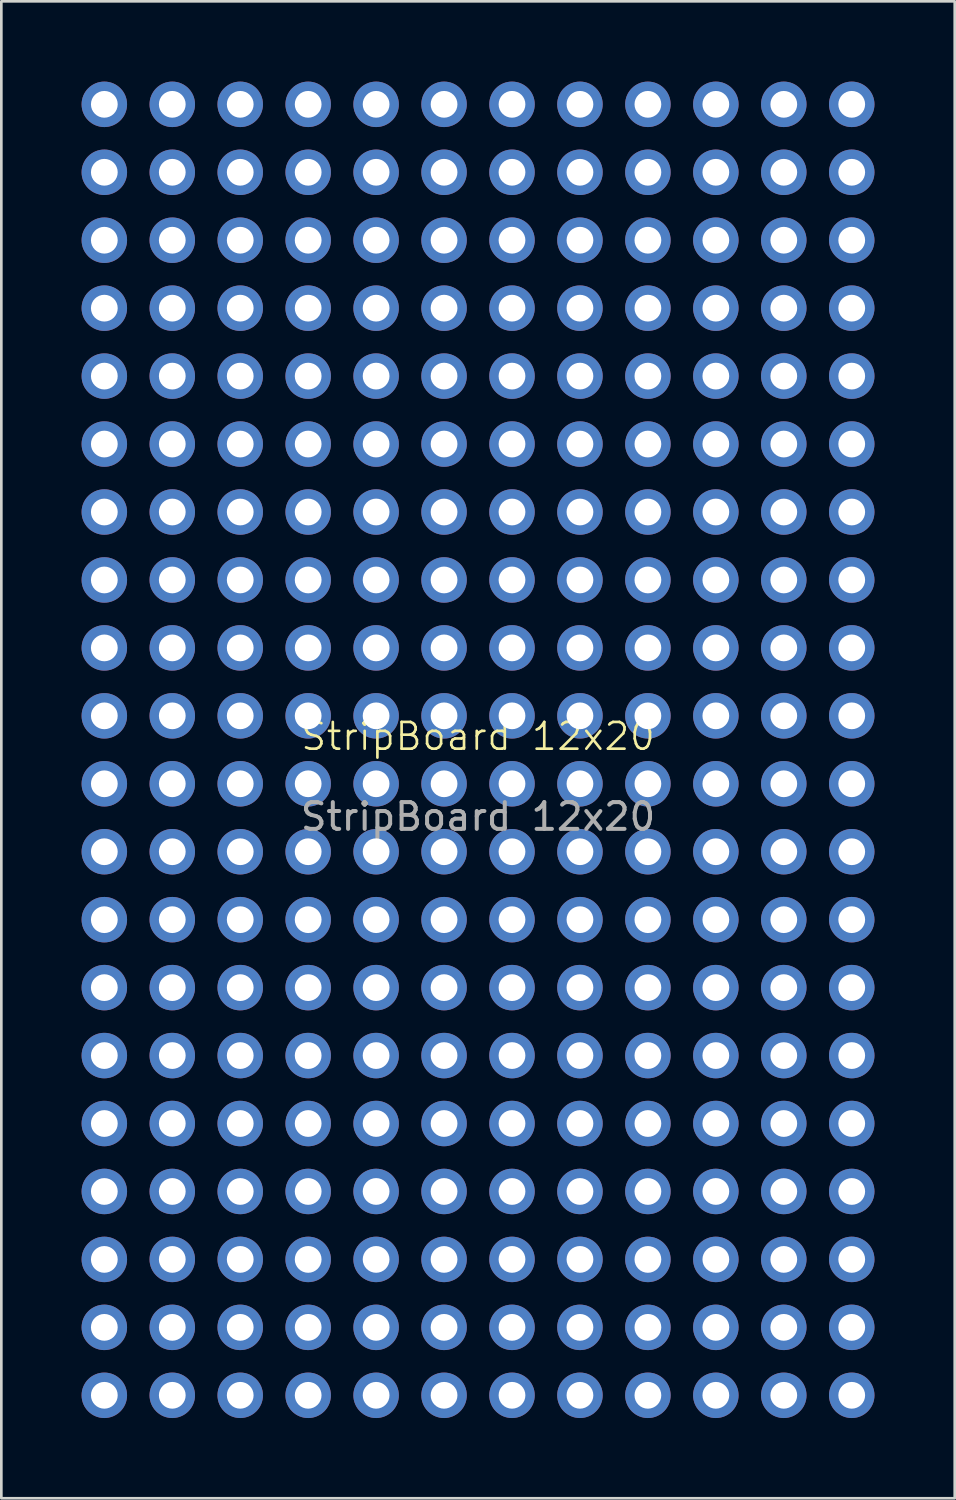
<source format=kicad_pcb>
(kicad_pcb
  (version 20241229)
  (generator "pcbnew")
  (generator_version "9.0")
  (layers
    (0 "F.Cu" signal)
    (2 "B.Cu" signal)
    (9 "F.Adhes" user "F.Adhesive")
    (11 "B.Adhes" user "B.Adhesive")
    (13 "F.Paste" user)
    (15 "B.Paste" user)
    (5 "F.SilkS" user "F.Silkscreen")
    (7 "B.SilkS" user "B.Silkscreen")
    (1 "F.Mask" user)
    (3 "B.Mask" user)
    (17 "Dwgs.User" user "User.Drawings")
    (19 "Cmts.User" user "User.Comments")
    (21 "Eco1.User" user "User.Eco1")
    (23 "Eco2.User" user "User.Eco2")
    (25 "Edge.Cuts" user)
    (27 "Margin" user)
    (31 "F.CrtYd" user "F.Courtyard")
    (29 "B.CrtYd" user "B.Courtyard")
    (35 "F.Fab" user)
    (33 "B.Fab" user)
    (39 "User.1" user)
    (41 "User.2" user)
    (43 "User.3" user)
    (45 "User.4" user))
  (footprint "StripBoard 12x20"
    (layer "F.Cu")
    (at 14.82 24.98)
    (property "Reference" "StripBoard 12x20" (at 0 -0.5 0) (unlocked yes) (layer "F.SilkS") (effects (font (size 1 1) (thickness 0.1))))
    (attr smd)
    (fp_text user "${REFERENCE}" (at 0 2.5 0) (unlocked yes) (layer "F.Fab") (effects (font (size 1 1) (thickness 0.15))))
    (pad "1" thru_hole circle (at -13.97 -24.13) (size 1.7 1.7) (drill 1) (layers "*.Cu" "*.Mask"))
    (pad "2" thru_hole circle (at -11.43 -24.13) (size 1.7 1.7) (drill 1) (layers "*.Cu" "*.Mask"))
    (pad "3" thru_hole circle (at -8.89 -24.13) (size 1.7 1.7) (drill 1) (layers "*.Cu" "*.Mask"))
    (pad "4" thru_hole circle (at -6.35 -24.13) (size 1.7 1.7) (drill 1) (layers "*.Cu" "*.Mask"))
    (pad "5" thru_hole circle (at -3.81 -24.13) (size 1.7 1.7) (drill 1) (layers "*.Cu" "*.Mask"))
    (pad "6" thru_hole circle (at -1.27 -24.13) (size 1.7 1.7) (drill 1) (layers "*.Cu" "*.Mask"))
    (pad "7" thru_hole circle (at 1.27 -24.13) (size 1.7 1.7) (drill 1) (layers "*.Cu" "*.Mask"))
    (pad "8" thru_hole circle (at 3.81 -24.13) (size 1.7 1.7) (drill 1) (layers "*.Cu" "*.Mask"))
    (pad "9" thru_hole circle (at 6.35 -24.13) (size 1.7 1.7) (drill 1) (layers "*.Cu" "*.Mask"))
    (pad "10" thru_hole circle (at 8.89 -24.13) (size 1.7 1.7) (drill 1) (layers "*.Cu" "*.Mask"))
    (pad "11" thru_hole circle (at 11.43 -24.13) (size 1.7 1.7) (drill 1) (layers "*.Cu" "*.Mask"))
    (pad "12" thru_hole circle (at 13.97 -24.13) (size 1.7 1.7) (drill 1) (layers "*.Cu" "*.Mask"))
    (pad "13" thru_hole circle (at -13.97 -21.59) (size 1.7 1.7) (drill 1) (layers "*.Cu" "*.Mask"))
    (pad "14" thru_hole circle (at -11.43 -21.59) (size 1.7 1.7) (drill 1) (layers "*.Cu" "*.Mask"))
    (pad "15" thru_hole circle (at -8.89 -21.59) (size 1.7 1.7) (drill 1) (layers "*.Cu" "*.Mask"))
    (pad "16" thru_hole circle (at -6.35 -21.59) (size 1.7 1.7) (drill 1) (layers "*.Cu" "*.Mask"))
    (pad "17" thru_hole circle (at -3.81 -21.59) (size 1.7 1.7) (drill 1) (layers "*.Cu" "*.Mask"))
    (pad "18" thru_hole circle (at -1.27 -21.59) (size 1.7 1.7) (drill 1) (layers "*.Cu" "*.Mask"))
    (pad "19" thru_hole circle (at 1.27 -21.59) (size 1.7 1.7) (drill 1) (layers "*.Cu" "*.Mask"))
    (pad "20" thru_hole circle (at 3.81 -21.59) (size 1.7 1.7) (drill 1) (layers "*.Cu" "*.Mask"))
    (pad "21" thru_hole circle (at 6.35 -21.59) (size 1.7 1.7) (drill 1) (layers "*.Cu" "*.Mask"))
    (pad "22" thru_hole circle (at 8.89 -21.59) (size 1.7 1.7) (drill 1) (layers "*.Cu" "*.Mask"))
    (pad "23" thru_hole circle (at 11.43 -21.59) (size 1.7 1.7) (drill 1) (layers "*.Cu" "*.Mask"))
    (pad "24" thru_hole circle (at 13.97 -21.59) (size 1.7 1.7) (drill 1) (layers "*.Cu" "*.Mask"))
    (pad "25" thru_hole circle (at -13.97 -19.05) (size 1.7 1.7) (drill 1) (layers "*.Cu" "*.Mask"))
    (pad "26" thru_hole circle (at -11.43 -19.05) (size 1.7 1.7) (drill 1) (layers "*.Cu" "*.Mask"))
    (pad "27" thru_hole circle (at -8.89 -19.05) (size 1.7 1.7) (drill 1) (layers "*.Cu" "*.Mask"))
    (pad "28" thru_hole circle (at -6.35 -19.05) (size 1.7 1.7) (drill 1) (layers "*.Cu" "*.Mask"))
    (pad "29" thru_hole circle (at -3.81 -19.05) (size 1.7 1.7) (drill 1) (layers "*.Cu" "*.Mask"))
    (pad "30" thru_hole circle (at -1.27 -19.05) (size 1.7 1.7) (drill 1) (layers "*.Cu" "*.Mask"))
    (pad "31" thru_hole circle (at 1.27 -19.05) (size 1.7 1.7) (drill 1) (layers "*.Cu" "*.Mask"))
    (pad "32" thru_hole circle (at 3.81 -19.05) (size 1.7 1.7) (drill 1) (layers "*.Cu" "*.Mask"))
    (pad "33" thru_hole circle (at 6.35 -19.05) (size 1.7 1.7) (drill 1) (layers "*.Cu" "*.Mask"))
    (pad "34" thru_hole circle (at 8.89 -19.05) (size 1.7 1.7) (drill 1) (layers "*.Cu" "*.Mask"))
    (pad "35" thru_hole circle (at 11.43 -19.05) (size 1.7 1.7) (drill 1) (layers "*.Cu" "*.Mask"))
    (pad "36" thru_hole circle (at 13.97 -19.05) (size 1.7 1.7) (drill 1) (layers "*.Cu" "*.Mask"))
    (pad "37" thru_hole circle (at -13.97 -16.51) (size 1.7 1.7) (drill 1) (layers "*.Cu" "*.Mask"))
    (pad "38" thru_hole circle (at -11.43 -16.51) (size 1.7 1.7) (drill 1) (layers "*.Cu" "*.Mask"))
    (pad "39" thru_hole circle (at -8.89 -16.51) (size 1.7 1.7) (drill 1) (layers "*.Cu" "*.Mask"))
    (pad "40" thru_hole circle (at -6.35 -16.51) (size 1.7 1.7) (drill 1) (layers "*.Cu" "*.Mask"))
    (pad "41" thru_hole circle (at -3.81 -16.51) (size 1.7 1.7) (drill 1) (layers "*.Cu" "*.Mask"))
    (pad "42" thru_hole circle (at -1.27 -16.51) (size 1.7 1.7) (drill 1) (layers "*.Cu" "*.Mask"))
    (pad "43" thru_hole circle (at 1.27 -16.51) (size 1.7 1.7) (drill 1) (layers "*.Cu" "*.Mask"))
    (pad "44" thru_hole circle (at 3.81 -16.51) (size 1.7 1.7) (drill 1) (layers "*.Cu" "*.Mask"))
    (pad "45" thru_hole circle (at 6.35 -16.51) (size 1.7 1.7) (drill 1) (layers "*.Cu" "*.Mask"))
    (pad "46" thru_hole circle (at 8.89 -16.51) (size 1.7 1.7) (drill 1) (layers "*.Cu" "*.Mask"))
    (pad "47" thru_hole circle (at 11.43 -16.51) (size 1.7 1.7) (drill 1) (layers "*.Cu" "*.Mask"))
    (pad "48" thru_hole circle (at 13.97 -16.51) (size 1.7 1.7) (drill 1) (layers "*.Cu" "*.Mask"))
    (pad "49" thru_hole circle (at -13.97 -13.97) (size 1.7 1.7) (drill 1) (layers "*.Cu" "*.Mask"))
    (pad "50" thru_hole circle (at -11.43 -13.97) (size 1.7 1.7) (drill 1) (layers "*.Cu" "*.Mask"))
    (pad "51" thru_hole circle (at -8.89 -13.97) (size 1.7 1.7) (drill 1) (layers "*.Cu" "*.Mask"))
    (pad "52" thru_hole circle (at -6.35 -13.97) (size 1.7 1.7) (drill 1) (layers "*.Cu" "*.Mask"))
    (pad "53" thru_hole circle (at -3.81 -13.97) (size 1.7 1.7) (drill 1) (layers "*.Cu" "*.Mask"))
    (pad "54" thru_hole circle (at -1.27 -13.97) (size 1.7 1.7) (drill 1) (layers "*.Cu" "*.Mask"))
    (pad "55" thru_hole circle (at 1.27 -13.97) (size 1.7 1.7) (drill 1) (layers "*.Cu" "*.Mask"))
    (pad "56" thru_hole circle (at 3.81 -13.97) (size 1.7 1.7) (drill 1) (layers "*.Cu" "*.Mask"))
    (pad "57" thru_hole circle (at 6.35 -13.97) (size 1.7 1.7) (drill 1) (layers "*.Cu" "*.Mask"))
    (pad "58" thru_hole circle (at 8.89 -13.97) (size 1.7 1.7) (drill 1) (layers "*.Cu" "*.Mask"))
    (pad "59" thru_hole circle (at 11.43 -13.97) (size 1.7 1.7) (drill 1) (layers "*.Cu" "*.Mask"))
    (pad "60" thru_hole circle (at 13.97 -13.97) (size 1.7 1.7) (drill 1) (layers "*.Cu" "*.Mask"))
    (pad "61" thru_hole circle (at -13.97 -11.43) (size 1.7 1.7) (drill 1) (layers "*.Cu" "*.Mask"))
    (pad "62" thru_hole circle (at -11.43 -11.43) (size 1.7 1.7) (drill 1) (layers "*.Cu" "*.Mask"))
    (pad "63" thru_hole circle (at -8.89 -11.43) (size 1.7 1.7) (drill 1) (layers "*.Cu" "*.Mask"))
    (pad "64" thru_hole circle (at -6.35 -11.43) (size 1.7 1.7) (drill 1) (layers "*.Cu" "*.Mask"))
    (pad "65" thru_hole circle (at -3.81 -11.43) (size 1.7 1.7) (drill 1) (layers "*.Cu" "*.Mask"))
    (pad "66" thru_hole circle (at -1.27 -11.43) (size 1.7 1.7) (drill 1) (layers "*.Cu" "*.Mask"))
    (pad "67" thru_hole circle (at 1.27 -11.43) (size 1.7 1.7) (drill 1) (layers "*.Cu" "*.Mask"))
    (pad "68" thru_hole circle (at 3.81 -11.43) (size 1.7 1.7) (drill 1) (layers "*.Cu" "*.Mask"))
    (pad "69" thru_hole circle (at 6.35 -11.43) (size 1.7 1.7) (drill 1) (layers "*.Cu" "*.Mask"))
    (pad "70" thru_hole circle (at 8.89 -11.43) (size 1.7 1.7) (drill 1) (layers "*.Cu" "*.Mask"))
    (pad "71" thru_hole circle (at 11.43 -11.43) (size 1.7 1.7) (drill 1) (layers "*.Cu" "*.Mask"))
    (pad "72" thru_hole circle (at 13.97 -11.43) (size 1.7 1.7) (drill 1) (layers "*.Cu" "*.Mask"))
    (pad "73" thru_hole circle (at -13.97 -8.89) (size 1.7 1.7) (drill 1) (layers "*.Cu" "*.Mask"))
    (pad "74" thru_hole circle (at -11.43 -8.89) (size 1.7 1.7) (drill 1) (layers "*.Cu" "*.Mask"))
    (pad "75" thru_hole circle (at -8.89 -8.89) (size 1.7 1.7) (drill 1) (layers "*.Cu" "*.Mask"))
    (pad "76" thru_hole circle (at -6.35 -8.89) (size 1.7 1.7) (drill 1) (layers "*.Cu" "*.Mask"))
    (pad "77" thru_hole circle (at -3.81 -8.89) (size 1.7 1.7) (drill 1) (layers "*.Cu" "*.Mask"))
    (pad "78" thru_hole circle (at -1.27 -8.89) (size 1.7 1.7) (drill 1) (layers "*.Cu" "*.Mask"))
    (pad "79" thru_hole circle (at 1.27 -8.89) (size 1.7 1.7) (drill 1) (layers "*.Cu" "*.Mask"))
    (pad "80" thru_hole circle (at 3.81 -8.89) (size 1.7 1.7) (drill 1) (layers "*.Cu" "*.Mask"))
    (pad "81" thru_hole circle (at 6.35 -8.89) (size 1.7 1.7) (drill 1) (layers "*.Cu" "*.Mask"))
    (pad "82" thru_hole circle (at 8.89 -8.89) (size 1.7 1.7) (drill 1) (layers "*.Cu" "*.Mask"))
    (pad "83" thru_hole circle (at 11.43 -8.89) (size 1.7 1.7) (drill 1) (layers "*.Cu" "*.Mask"))
    (pad "84" thru_hole circle (at 13.97 -8.89) (size 1.7 1.7) (drill 1) (layers "*.Cu" "*.Mask"))
    (pad "85" thru_hole circle (at -13.97 -6.35) (size 1.7 1.7) (drill 1) (layers "*.Cu" "*.Mask"))
    (pad "86" thru_hole circle (at -11.43 -6.35) (size 1.7 1.7) (drill 1) (layers "*.Cu" "*.Mask"))
    (pad "87" thru_hole circle (at -8.89 -6.35) (size 1.7 1.7) (drill 1) (layers "*.Cu" "*.Mask"))
    (pad "88" thru_hole circle (at -6.35 -6.35) (size 1.7 1.7) (drill 1) (layers "*.Cu" "*.Mask"))
    (pad "89" thru_hole circle (at -3.81 -6.35) (size 1.7 1.7) (drill 1) (layers "*.Cu" "*.Mask"))
    (pad "90" thru_hole circle (at -1.27 -6.35) (size 1.7 1.7) (drill 1) (layers "*.Cu" "*.Mask"))
    (pad "91" thru_hole circle (at 1.27 -6.35) (size 1.7 1.7) (drill 1) (layers "*.Cu" "*.Mask"))
    (pad "92" thru_hole circle (at 3.81 -6.35) (size 1.7 1.7) (drill 1) (layers "*.Cu" "*.Mask"))
    (pad "93" thru_hole circle (at 6.35 -6.35) (size 1.7 1.7) (drill 1) (layers "*.Cu" "*.Mask"))
    (pad "94" thru_hole circle (at 8.89 -6.35) (size 1.7 1.7) (drill 1) (layers "*.Cu" "*.Mask"))
    (pad "95" thru_hole circle (at 11.43 -6.35) (size 1.7 1.7) (drill 1) (layers "*.Cu" "*.Mask"))
    (pad "96" thru_hole circle (at 13.97 -6.35) (size 1.7 1.7) (drill 1) (layers "*.Cu" "*.Mask"))
    (pad "97" thru_hole circle (at -13.97 -3.81) (size 1.7 1.7) (drill 1) (layers "*.Cu" "*.Mask"))
    (pad "98" thru_hole circle (at -11.43 -3.81) (size 1.7 1.7) (drill 1) (layers "*.Cu" "*.Mask"))
    (pad "99" thru_hole circle (at -8.89 -3.81) (size 1.7 1.7) (drill 1) (layers "*.Cu" "*.Mask"))
    (pad "100" thru_hole circle (at -6.35 -3.81) (size 1.7 1.7) (drill 1) (layers "*.Cu" "*.Mask"))
    (pad "101" thru_hole circle (at -3.81 -3.81) (size 1.7 1.7) (drill 1) (layers "*.Cu" "*.Mask"))
    (pad "102" thru_hole circle (at -1.27 -3.81) (size 1.7 1.7) (drill 1) (layers "*.Cu" "*.Mask"))
    (pad "103" thru_hole circle (at 1.27 -3.81) (size 1.7 1.7) (drill 1) (layers "*.Cu" "*.Mask"))
    (pad "104" thru_hole circle (at 3.81 -3.81) (size 1.7 1.7) (drill 1) (layers "*.Cu" "*.Mask"))
    (pad "105" thru_hole circle (at 6.35 -3.81) (size 1.7 1.7) (drill 1) (layers "*.Cu" "*.Mask"))
    (pad "106" thru_hole circle (at 8.89 -3.81) (size 1.7 1.7) (drill 1) (layers "*.Cu" "*.Mask"))
    (pad "107" thru_hole circle (at 11.43 -3.81) (size 1.7 1.7) (drill 1) (layers "*.Cu" "*.Mask"))
    (pad "108" thru_hole circle (at 13.97 -3.81) (size 1.7 1.7) (drill 1) (layers "*.Cu" "*.Mask"))
    (pad "109" thru_hole circle (at -13.97 -1.27) (size 1.7 1.7) (drill 1) (layers "*.Cu" "*.Mask"))
    (pad "110" thru_hole circle (at -11.43 -1.27) (size 1.7 1.7) (drill 1) (layers "*.Cu" "*.Mask"))
    (pad "111" thru_hole circle (at -8.89 -1.27) (size 1.7 1.7) (drill 1) (layers "*.Cu" "*.Mask"))
    (pad "112" thru_hole circle (at -6.35 -1.27) (size 1.7 1.7) (drill 1) (layers "*.Cu" "*.Mask"))
    (pad "113" thru_hole circle (at -3.81 -1.27) (size 1.7 1.7) (drill 1) (layers "*.Cu" "*.Mask"))
    (pad "114" thru_hole circle (at -1.27 -1.27) (size 1.7 1.7) (drill 1) (layers "*.Cu" "*.Mask"))
    (pad "115" thru_hole circle (at 1.27 -1.27) (size 1.7 1.7) (drill 1) (layers "*.Cu" "*.Mask"))
    (pad "116" thru_hole circle (at 3.81 -1.27) (size 1.7 1.7) (drill 1) (layers "*.Cu" "*.Mask"))
    (pad "117" thru_hole circle (at 6.35 -1.27) (size 1.7 1.7) (drill 1) (layers "*.Cu" "*.Mask"))
    (pad "118" thru_hole circle (at 8.89 -1.27) (size 1.7 1.7) (drill 1) (layers "*.Cu" "*.Mask"))
    (pad "119" thru_hole circle (at 11.43 -1.27) (size 1.7 1.7) (drill 1) (layers "*.Cu" "*.Mask"))
    (pad "120" thru_hole circle (at 13.97 -1.27) (size 1.7 1.7) (drill 1) (layers "*.Cu" "*.Mask"))
    (pad "121" thru_hole circle (at -13.97 1.27) (size 1.7 1.7) (drill 1) (layers "*.Cu" "*.Mask"))
    (pad "122" thru_hole circle (at -11.43 1.27) (size 1.7 1.7) (drill 1) (layers "*.Cu" "*.Mask"))
    (pad "123" thru_hole circle (at -8.89 1.27) (size 1.7 1.7) (drill 1) (layers "*.Cu" "*.Mask"))
    (pad "124" thru_hole circle (at -6.35 1.27) (size 1.7 1.7) (drill 1) (layers "*.Cu" "*.Mask"))
    (pad "125" thru_hole circle (at -3.81 1.27) (size 1.7 1.7) (drill 1) (layers "*.Cu" "*.Mask"))
    (pad "126" thru_hole circle (at -1.27 1.27) (size 1.7 1.7) (drill 1) (layers "*.Cu" "*.Mask"))
    (pad "127" thru_hole circle (at 1.27 1.27) (size 1.7 1.7) (drill 1) (layers "*.Cu" "*.Mask"))
    (pad "128" thru_hole circle (at 3.81 1.27) (size 1.7 1.7) (drill 1) (layers "*.Cu" "*.Mask"))
    (pad "129" thru_hole circle (at 6.35 1.27) (size 1.7 1.7) (drill 1) (layers "*.Cu" "*.Mask"))
    (pad "130" thru_hole circle (at 8.89 1.27) (size 1.7 1.7) (drill 1) (layers "*.Cu" "*.Mask"))
    (pad "131" thru_hole circle (at 11.43 1.27) (size 1.7 1.7) (drill 1) (layers "*.Cu" "*.Mask"))
    (pad "132" thru_hole circle (at 13.97 1.27) (size 1.7 1.7) (drill 1) (layers "*.Cu" "*.Mask"))
    (pad "133" thru_hole circle (at -13.97 3.81) (size 1.7 1.7) (drill 1) (layers "*.Cu" "*.Mask"))
    (pad "134" thru_hole circle (at -11.43 3.81) (size 1.7 1.7) (drill 1) (layers "*.Cu" "*.Mask"))
    (pad "135" thru_hole circle (at -8.89 3.81) (size 1.7 1.7) (drill 1) (layers "*.Cu" "*.Mask"))
    (pad "136" thru_hole circle (at -6.35 3.81) (size 1.7 1.7) (drill 1) (layers "*.Cu" "*.Mask"))
    (pad "137" thru_hole circle (at -3.81 3.81) (size 1.7 1.7) (drill 1) (layers "*.Cu" "*.Mask"))
    (pad "138" thru_hole circle (at -1.27 3.81) (size 1.7 1.7) (drill 1) (layers "*.Cu" "*.Mask"))
    (pad "139" thru_hole circle (at 1.27 3.81) (size 1.7 1.7) (drill 1) (layers "*.Cu" "*.Mask"))
    (pad "140" thru_hole circle (at 3.81 3.81) (size 1.7 1.7) (drill 1) (layers "*.Cu" "*.Mask"))
    (pad "141" thru_hole circle (at 6.35 3.81) (size 1.7 1.7) (drill 1) (layers "*.Cu" "*.Mask"))
    (pad "142" thru_hole circle (at 8.89 3.81) (size 1.7 1.7) (drill 1) (layers "*.Cu" "*.Mask"))
    (pad "143" thru_hole circle (at 11.43 3.81) (size 1.7 1.7) (drill 1) (layers "*.Cu" "*.Mask"))
    (pad "144" thru_hole circle (at 13.97 3.81) (size 1.7 1.7) (drill 1) (layers "*.Cu" "*.Mask"))
    (pad "145" thru_hole circle (at -13.97 6.35) (size 1.7 1.7) (drill 1) (layers "*.Cu" "*.Mask"))
    (pad "146" thru_hole circle (at -11.43 6.35) (size 1.7 1.7) (drill 1) (layers "*.Cu" "*.Mask"))
    (pad "147" thru_hole circle (at -8.89 6.35) (size 1.7 1.7) (drill 1) (layers "*.Cu" "*.Mask"))
    (pad "148" thru_hole circle (at -6.35 6.35) (size 1.7 1.7) (drill 1) (layers "*.Cu" "*.Mask"))
    (pad "149" thru_hole circle (at -3.81 6.35) (size 1.7 1.7) (drill 1) (layers "*.Cu" "*.Mask"))
    (pad "150" thru_hole circle (at -1.27 6.35) (size 1.7 1.7) (drill 1) (layers "*.Cu" "*.Mask"))
    (pad "151" thru_hole circle (at 1.27 6.35) (size 1.7 1.7) (drill 1) (layers "*.Cu" "*.Mask"))
    (pad "152" thru_hole circle (at 3.81 6.35) (size 1.7 1.7) (drill 1) (layers "*.Cu" "*.Mask"))
    (pad "153" thru_hole circle (at 6.35 6.35) (size 1.7 1.7) (drill 1) (layers "*.Cu" "*.Mask"))
    (pad "154" thru_hole circle (at 8.89 6.35) (size 1.7 1.7) (drill 1) (layers "*.Cu" "*.Mask"))
    (pad "155" thru_hole circle (at 11.43 6.35) (size 1.7 1.7) (drill 1) (layers "*.Cu" "*.Mask"))
    (pad "156" thru_hole circle (at 13.97 6.35) (size 1.7 1.7) (drill 1) (layers "*.Cu" "*.Mask"))
    (pad "157" thru_hole circle (at -13.97 8.89) (size 1.7 1.7) (drill 1) (layers "*.Cu" "*.Mask"))
    (pad "158" thru_hole circle (at -11.43 8.89) (size 1.7 1.7) (drill 1) (layers "*.Cu" "*.Mask"))
    (pad "159" thru_hole circle (at -8.89 8.89) (size 1.7 1.7) (drill 1) (layers "*.Cu" "*.Mask"))
    (pad "160" thru_hole circle (at -6.35 8.89) (size 1.7 1.7) (drill 1) (layers "*.Cu" "*.Mask"))
    (pad "161" thru_hole circle (at -3.81 8.89) (size 1.7 1.7) (drill 1) (layers "*.Cu" "*.Mask"))
    (pad "162" thru_hole circle (at -1.27 8.89) (size 1.7 1.7) (drill 1) (layers "*.Cu" "*.Mask"))
    (pad "163" thru_hole circle (at 1.27 8.89) (size 1.7 1.7) (drill 1) (layers "*.Cu" "*.Mask"))
    (pad "164" thru_hole circle (at 3.81 8.89) (size 1.7 1.7) (drill 1) (layers "*.Cu" "*.Mask"))
    (pad "165" thru_hole circle (at 6.35 8.89) (size 1.7 1.7) (drill 1) (layers "*.Cu" "*.Mask"))
    (pad "166" thru_hole circle (at 8.89 8.89) (size 1.7 1.7) (drill 1) (layers "*.Cu" "*.Mask"))
    (pad "167" thru_hole circle (at 11.43 8.89) (size 1.7 1.7) (drill 1) (layers "*.Cu" "*.Mask"))
    (pad "168" thru_hole circle (at 13.97 8.89) (size 1.7 1.7) (drill 1) (layers "*.Cu" "*.Mask"))
    (pad "169" thru_hole circle (at -13.97 11.43) (size 1.7 1.7) (drill 1) (layers "*.Cu" "*.Mask"))
    (pad "170" thru_hole circle (at -11.43 11.43) (size 1.7 1.7) (drill 1) (layers "*.Cu" "*.Mask"))
    (pad "171" thru_hole circle (at -8.89 11.43) (size 1.7 1.7) (drill 1) (layers "*.Cu" "*.Mask"))
    (pad "172" thru_hole circle (at -6.35 11.43) (size 1.7 1.7) (drill 1) (layers "*.Cu" "*.Mask"))
    (pad "173" thru_hole circle (at -3.81 11.43) (size 1.7 1.7) (drill 1) (layers "*.Cu" "*.Mask"))
    (pad "174" thru_hole circle (at -1.27 11.43) (size 1.7 1.7) (drill 1) (layers "*.Cu" "*.Mask"))
    (pad "175" thru_hole circle (at 1.27 11.43) (size 1.7 1.7) (drill 1) (layers "*.Cu" "*.Mask"))
    (pad "176" thru_hole circle (at 3.81 11.43) (size 1.7 1.7) (drill 1) (layers "*.Cu" "*.Mask"))
    (pad "177" thru_hole circle (at 6.35 11.43) (size 1.7 1.7) (drill 1) (layers "*.Cu" "*.Mask"))
    (pad "178" thru_hole circle (at 8.89 11.43) (size 1.7 1.7) (drill 1) (layers "*.Cu" "*.Mask"))
    (pad "179" thru_hole circle (at 11.43 11.43) (size 1.7 1.7) (drill 1) (layers "*.Cu" "*.Mask"))
    (pad "180" thru_hole circle (at 13.97 11.43) (size 1.7 1.7) (drill 1) (layers "*.Cu" "*.Mask"))
    (pad "181" thru_hole circle (at -13.97 13.97) (size 1.7 1.7) (drill 1) (layers "*.Cu" "*.Mask"))
    (pad "182" thru_hole circle (at -11.43 13.97) (size 1.7 1.7) (drill 1) (layers "*.Cu" "*.Mask"))
    (pad "183" thru_hole circle (at -8.89 13.97) (size 1.7 1.7) (drill 1) (layers "*.Cu" "*.Mask"))
    (pad "184" thru_hole circle (at -6.35 13.97) (size 1.7 1.7) (drill 1) (layers "*.Cu" "*.Mask"))
    (pad "185" thru_hole circle (at -3.81 13.97) (size 1.7 1.7) (drill 1) (layers "*.Cu" "*.Mask"))
    (pad "186" thru_hole circle (at -1.27 13.97) (size 1.7 1.7) (drill 1) (layers "*.Cu" "*.Mask"))
    (pad "187" thru_hole circle (at 1.27 13.97) (size 1.7 1.7) (drill 1) (layers "*.Cu" "*.Mask"))
    (pad "188" thru_hole circle (at 3.81 13.97) (size 1.7 1.7) (drill 1) (layers "*.Cu" "*.Mask"))
    (pad "189" thru_hole circle (at 6.35 13.97) (size 1.7 1.7) (drill 1) (layers "*.Cu" "*.Mask"))
    (pad "190" thru_hole circle (at 8.89 13.97) (size 1.7 1.7) (drill 1) (layers "*.Cu" "*.Mask"))
    (pad "191" thru_hole circle (at 11.43 13.97) (size 1.7 1.7) (drill 1) (layers "*.Cu" "*.Mask"))
    (pad "192" thru_hole circle (at 13.97 13.97) (size 1.7 1.7) (drill 1) (layers "*.Cu" "*.Mask"))
    (pad "193" thru_hole circle (at -13.97 16.51) (size 1.7 1.7) (drill 1) (layers "*.Cu" "*.Mask"))
    (pad "194" thru_hole circle (at -11.43 16.51) (size 1.7 1.7) (drill 1) (layers "*.Cu" "*.Mask"))
    (pad "195" thru_hole circle (at -8.89 16.51) (size 1.7 1.7) (drill 1) (layers "*.Cu" "*.Mask"))
    (pad "196" thru_hole circle (at -6.35 16.51) (size 1.7 1.7) (drill 1) (layers "*.Cu" "*.Mask"))
    (pad "197" thru_hole circle (at -3.81 16.51) (size 1.7 1.7) (drill 1) (layers "*.Cu" "*.Mask"))
    (pad "198" thru_hole circle (at -1.27 16.51) (size 1.7 1.7) (drill 1) (layers "*.Cu" "*.Mask"))
    (pad "199" thru_hole circle (at 1.27 16.51) (size 1.7 1.7) (drill 1) (layers "*.Cu" "*.Mask"))
    (pad "200" thru_hole circle (at 3.81 16.51) (size 1.7 1.7) (drill 1) (layers "*.Cu" "*.Mask"))
    (pad "201" thru_hole circle (at 6.35 16.51) (size 1.7 1.7) (drill 1) (layers "*.Cu" "*.Mask"))
    (pad "202" thru_hole circle (at 8.89 16.51) (size 1.7 1.7) (drill 1) (layers "*.Cu" "*.Mask"))
    (pad "203" thru_hole circle (at 11.43 16.51) (size 1.7 1.7) (drill 1) (layers "*.Cu" "*.Mask"))
    (pad "204" thru_hole circle (at 13.97 16.51) (size 1.7 1.7) (drill 1) (layers "*.Cu" "*.Mask"))
    (pad "205" thru_hole circle (at -13.97 19.05) (size 1.7 1.7) (drill 1) (layers "*.Cu" "*.Mask"))
    (pad "206" thru_hole circle (at -11.43 19.05) (size 1.7 1.7) (drill 1) (layers "*.Cu" "*.Mask"))
    (pad "207" thru_hole circle (at -8.89 19.05) (size 1.7 1.7) (drill 1) (layers "*.Cu" "*.Mask"))
    (pad "208" thru_hole circle (at -6.35 19.05) (size 1.7 1.7) (drill 1) (layers "*.Cu" "*.Mask"))
    (pad "209" thru_hole circle (at -3.81 19.05) (size 1.7 1.7) (drill 1) (layers "*.Cu" "*.Mask"))
    (pad "210" thru_hole circle (at -1.27 19.05) (size 1.7 1.7) (drill 1) (layers "*.Cu" "*.Mask"))
    (pad "211" thru_hole circle (at 1.27 19.05) (size 1.7 1.7) (drill 1) (layers "*.Cu" "*.Mask"))
    (pad "212" thru_hole circle (at 3.81 19.05) (size 1.7 1.7) (drill 1) (layers "*.Cu" "*.Mask"))
    (pad "213" thru_hole circle (at 6.35 19.05) (size 1.7 1.7) (drill 1) (layers "*.Cu" "*.Mask"))
    (pad "214" thru_hole circle (at 8.89 19.05) (size 1.7 1.7) (drill 1) (layers "*.Cu" "*.Mask"))
    (pad "215" thru_hole circle (at 11.43 19.05) (size 1.7 1.7) (drill 1) (layers "*.Cu" "*.Mask"))
    (pad "216" thru_hole circle (at 13.97 19.05) (size 1.7 1.7) (drill 1) (layers "*.Cu" "*.Mask"))
    (pad "217" thru_hole circle (at -13.97 21.59) (size 1.7 1.7) (drill 1) (layers "*.Cu" "*.Mask"))
    (pad "218" thru_hole circle (at -11.43 21.59) (size 1.7 1.7) (drill 1) (layers "*.Cu" "*.Mask"))
    (pad "219" thru_hole circle (at -8.89 21.59) (size 1.7 1.7) (drill 1) (layers "*.Cu" "*.Mask"))
    (pad "220" thru_hole circle (at -6.35 21.59) (size 1.7 1.7) (drill 1) (layers "*.Cu" "*.Mask"))
    (pad "221" thru_hole circle (at -3.81 21.59) (size 1.7 1.7) (drill 1) (layers "*.Cu" "*.Mask"))
    (pad "222" thru_hole circle (at -1.27 21.59) (size 1.7 1.7) (drill 1) (layers "*.Cu" "*.Mask"))
    (pad "223" thru_hole circle (at 1.27 21.59) (size 1.7 1.7) (drill 1) (layers "*.Cu" "*.Mask"))
    (pad "224" thru_hole circle (at 3.81 21.59) (size 1.7 1.7) (drill 1) (layers "*.Cu" "*.Mask"))
    (pad "225" thru_hole circle (at 6.35 21.59) (size 1.7 1.7) (drill 1) (layers "*.Cu" "*.Mask"))
    (pad "226" thru_hole circle (at 8.89 21.59) (size 1.7 1.7) (drill 1) (layers "*.Cu" "*.Mask"))
    (pad "227" thru_hole circle (at 11.43 21.59) (size 1.7 1.7) (drill 1) (layers "*.Cu" "*.Mask"))
    (pad "228" thru_hole circle (at 13.97 21.59) (size 1.7 1.7) (drill 1) (layers "*.Cu" "*.Mask"))
    (pad "229" thru_hole circle (at -13.97 24.13) (size 1.7 1.7) (drill 1) (layers "*.Cu" "*.Mask"))
    (pad "230" thru_hole circle (at -11.43 24.13) (size 1.7 1.7) (drill 1) (layers "*.Cu" "*.Mask"))
    (pad "231" thru_hole circle (at -8.89 24.13) (size 1.7 1.7) (drill 1) (layers "*.Cu" "*.Mask"))
    (pad "232" thru_hole circle (at -6.35 24.13) (size 1.7 1.7) (drill 1) (layers "*.Cu" "*.Mask"))
    (pad "233" thru_hole circle (at -3.81 24.13) (size 1.7 1.7) (drill 1) (layers "*.Cu" "*.Mask"))
    (pad "234" thru_hole circle (at -1.27 24.13) (size 1.7 1.7) (drill 1) (layers "*.Cu" "*.Mask"))
    (pad "235" thru_hole circle (at 1.27 24.13) (size 1.7 1.7) (drill 1) (layers "*.Cu" "*.Mask"))
    (pad "236" thru_hole circle (at 3.81 24.13) (size 1.7 1.7) (drill 1) (layers "*.Cu" "*.Mask"))
    (pad "237" thru_hole circle (at 6.35 24.13) (size 1.7 1.7) (drill 1) (layers "*.Cu" "*.Mask"))
    (pad "238" thru_hole circle (at 8.89 24.13) (size 1.7 1.7) (drill 1) (layers "*.Cu" "*.Mask"))
    (pad "239" thru_hole circle (at 11.43 24.13) (size 1.7 1.7) (drill 1) (layers "*.Cu" "*.Mask"))
    (pad "240" thru_hole circle (at 13.97 24.13) (size 1.7 1.7) (drill 1) (layers "*.Cu" "*.Mask")))
  (gr_rect
    (start -3 -3)
    (end 32.64 52.96)
    (stroke (width 0.1) (type default))
    (fill no)
    (layer "Edge.Cuts")))
</source>
